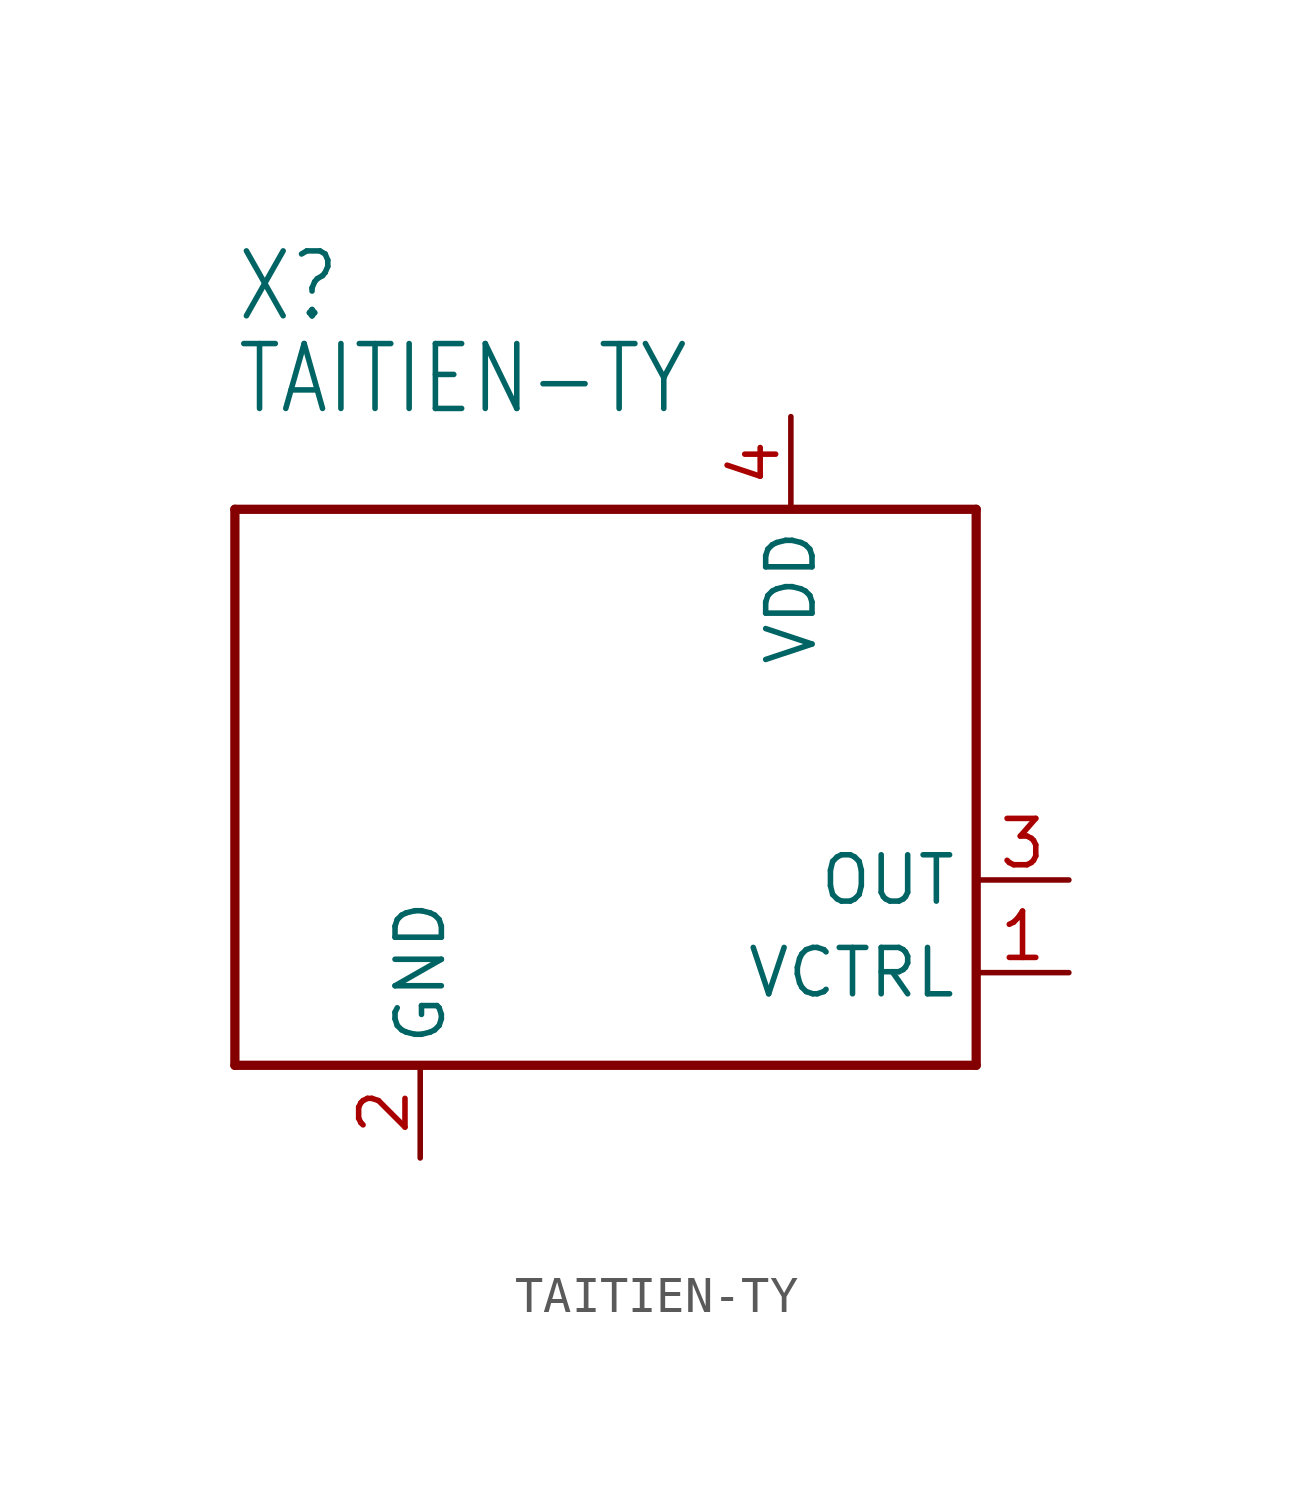
<source format=kicad_sym>
(kicad_symbol_lib
  (version 20211014)
  (generator kicad_symbol_editor)
  (symbol "TAITIEN-TY"
    (property "Reference" "X"
      (at -10.16 12.7 0)
      (effects (font (size 1.778 1.511)) (justify left bottom)))
    (property "Value" "TAITIEN-TY"
      (at -10.16 10.16 0)
      (effects (font (size 1.778 1.511)) (justify left bottom)))
    (property "ki_locked" ""
      (at 0 0 0)
      (effects (font (size 1.27 1.27))))
    (symbol "TAITIEN-TY_1_0"
      (polyline (pts (xy -10.16 -7.62) (xy -10.16 7.62)) (stroke (width 0.254) (type default) (color 0 0 0 0)) (fill (type none)))
      (polyline (pts (xy -10.16 7.62) (xy 10.16 7.62)) (stroke (width 0.254) (type default) (color 0 0 0 0)) (fill (type none)))
      (polyline (pts (xy 10.16 -7.62) (xy -10.16 -7.62)) (stroke (width 0.254) (type default) (color 0 0 0 0)) (fill (type none)))
      (polyline (pts (xy 10.16 7.62) (xy 10.16 -7.62)) (stroke (width 0.254) (type default) (color 0 0 0 0)) (fill (type none)))
      (pin bidirectional line (at 12.7 -5.08 180) (length 2.54) (name "VCTRL" (effects (font (size 1.27 1.27)))) (number "1" (effects (font (size 1.27 1.27)))))
      (pin power_in line (at -5.08 -10.16 90) (length 2.54) (name "GND" (effects (font (size 1.27 1.27)))) (number "2" (effects (font (size 1.27 1.27)))))
      (pin output line (at 12.7 -2.54 180) (length 2.54) (name "OUT" (effects (font (size 1.27 1.27)))) (number "3" (effects (font (size 1.27 1.27)))))
      (pin power_in line (at 5.08 10.16 270) (length 2.54) (name "VDD" (effects (font (size 1.27 1.27)))) (number "4" (effects (font (size 1.27 1.27))))))))
</source>
